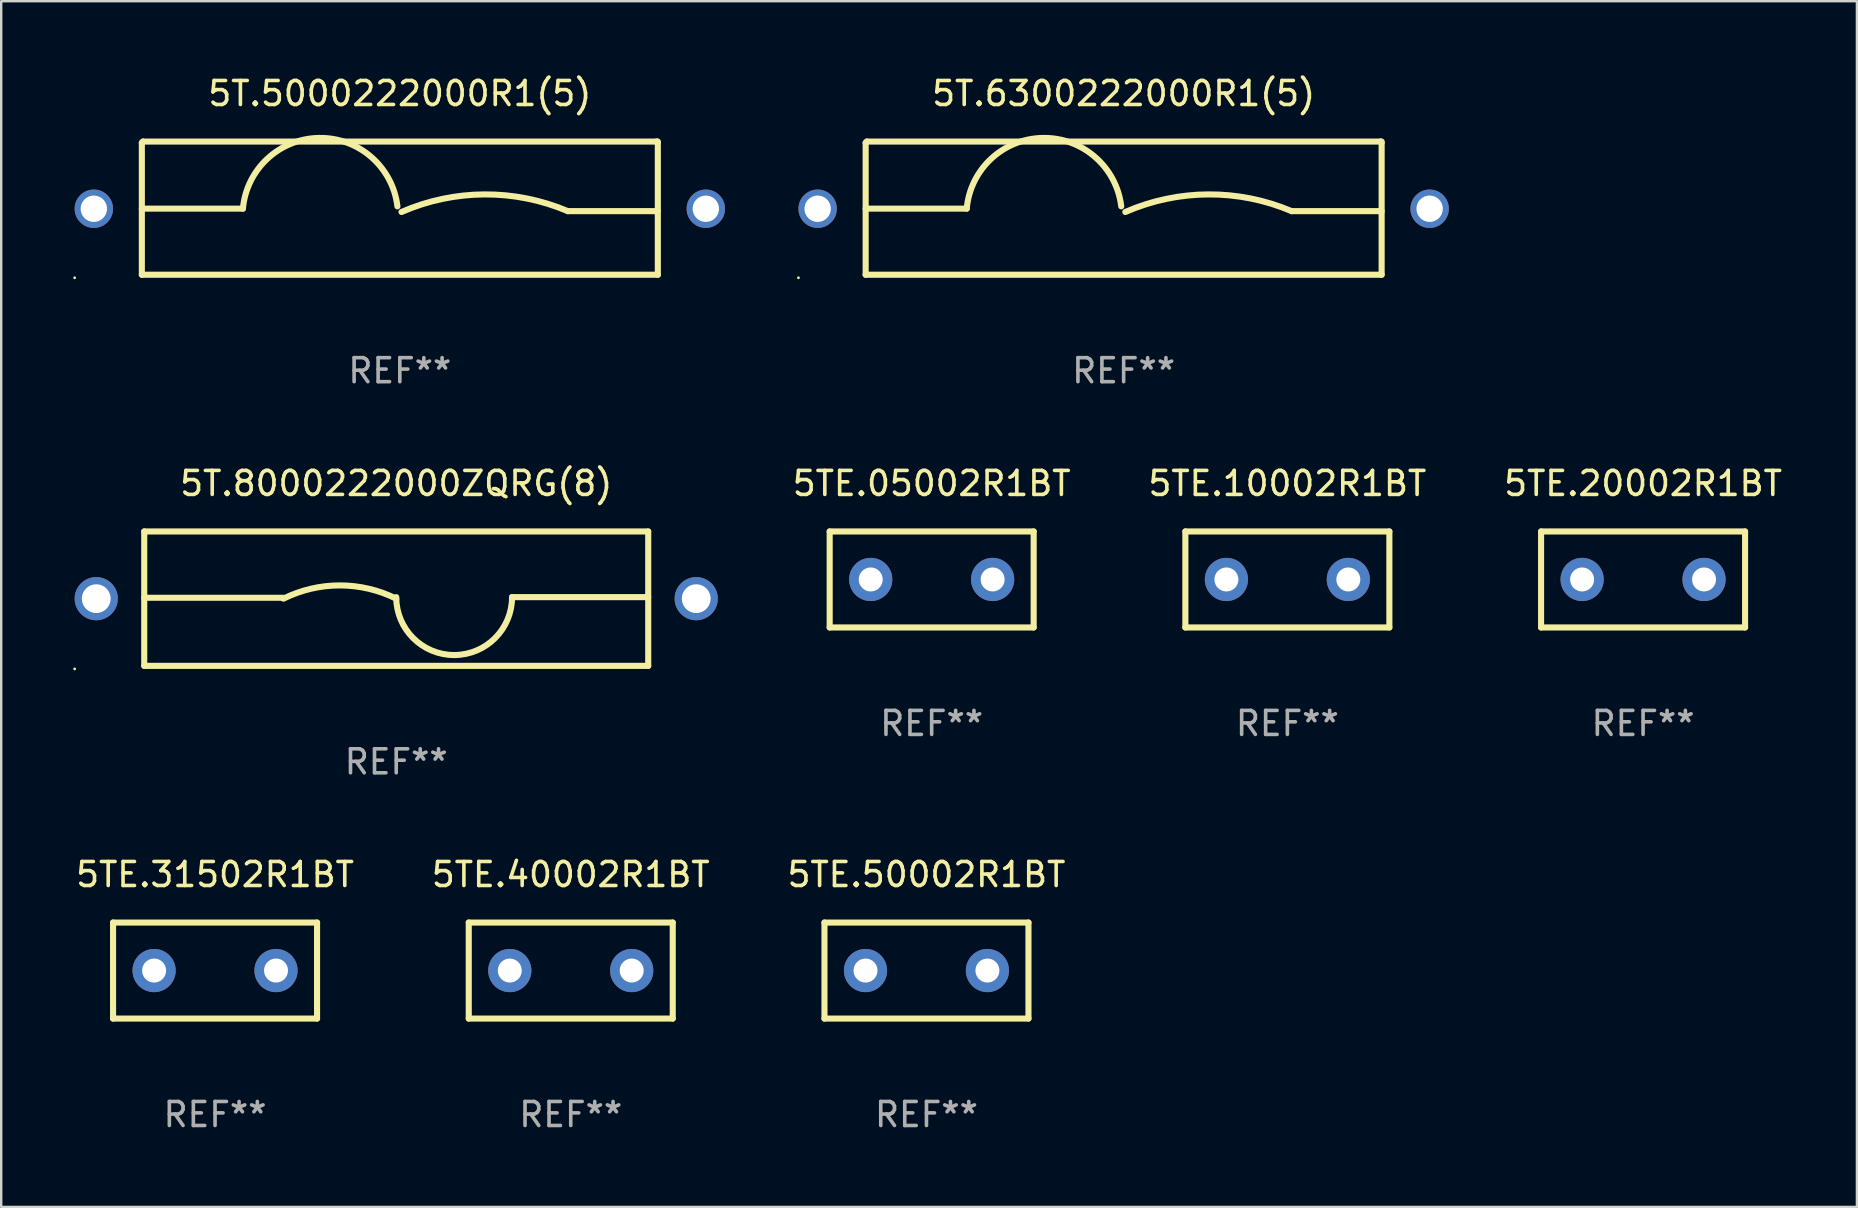
<source format=kicad_pcb>
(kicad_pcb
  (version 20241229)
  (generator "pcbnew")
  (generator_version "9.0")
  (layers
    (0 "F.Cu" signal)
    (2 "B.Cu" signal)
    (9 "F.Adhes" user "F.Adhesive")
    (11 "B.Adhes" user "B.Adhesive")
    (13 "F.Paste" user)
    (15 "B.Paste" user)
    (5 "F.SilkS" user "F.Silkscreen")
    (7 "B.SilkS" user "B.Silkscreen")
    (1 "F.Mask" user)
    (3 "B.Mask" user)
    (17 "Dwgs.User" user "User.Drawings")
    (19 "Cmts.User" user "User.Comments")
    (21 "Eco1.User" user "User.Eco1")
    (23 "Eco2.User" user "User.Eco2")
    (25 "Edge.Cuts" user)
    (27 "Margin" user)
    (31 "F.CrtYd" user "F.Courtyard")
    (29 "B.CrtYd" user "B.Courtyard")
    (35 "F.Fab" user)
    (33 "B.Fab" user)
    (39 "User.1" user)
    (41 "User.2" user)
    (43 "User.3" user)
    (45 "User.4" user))
  (footprint "5TE.20002R1BT"
    (layer "F.Cu")
    (at 65.414 21.095)
    (property "Reference" "5TE.20002R1BT" (at 0 -4 0) (layer "F.SilkS") (effects (font (size 1 1) (thickness 0.15))))
    (attr through_hole)
    (fp_line (start -4.25 2) (end -4.25 -2) (stroke (width 0.254) (type solid)) (layer "F.SilkS"))
    (fp_line (start -4.25 -2) (end 4.25 -2) (stroke (width 0.254) (type solid)) (layer "F.SilkS"))
    (fp_line (start 4.25 2) (end -4.25 2) (stroke (width 0.254) (type solid)) (layer "F.SilkS"))
    (fp_line (start 4.25 -2) (end 4.25 2) (stroke (width 0.254) (type solid)) (layer "F.SilkS"))
    (fp_circle (center -4.25 2) (end -4.22 2) (stroke (width 0.06) (type solid)) (fill no) (layer "F.SilkS"))
    (fp_text user "REF**" (at 0 6 0) (layer "F.Fab") (effects (font (size 1 1) (thickness 0.15))))
    (pad "1" thru_hole circle (at -2.54 0) (size 1.8 1.8) (drill 1) (layers "*.Cu" "*.Mask"))
    (pad "2" thru_hole circle (at 2.54 0) (size 1.8 1.8) (drill 1) (layers "*.Cu" "*.Mask")))
  (footprint "5T.5000222000R1(5)"
    (layer "F.Cu")
    (at 13.61 5.623)
    (property "Reference" "5T.5000222000R1(5)" (at 0 -4.775 0) (layer "F.SilkS") (effects (font (size 1 1) (thickness 0.15))))
    (attr through_hole)
    (fp_line (start -10.75 -2.725) (end -10.7 -2.775) (stroke (width 0.254) (type solid)) (layer "F.SilkS"))
    (fp_line (start -10.75 2.775) (end -10.75 -2.725) (stroke (width 0.254) (type solid)) (layer "F.SilkS"))
    (fp_line (start -10.75 2.775) (end 10.75 2.775) (stroke (width 0.254) (type solid)) (layer "F.SilkS"))
    (fp_line (start -10.7 -2.775) (end 10.7 -2.775) (stroke (width 0.254) (type solid)) (layer "F.SilkS"))
    (fp_line (start -6.538 0.021) (end -10.75 0.021) (stroke (width 0.254) (type solid)) (layer "F.SilkS"))
    (fp_line (start 7 0.125) (end 10.75 0.125) (stroke (width 0.254) (type solid)) (layer "F.SilkS"))
    (fp_line (start 10.7 -2.775) (end 10.75 -2.725) (stroke (width 0.254) (type solid)) (layer "F.SilkS"))
    (fp_line (start 10.75 2.775) (end 10.75 -2.775) (stroke (width 0.254) (type solid)) (layer "F.SilkS"))
    (fp_arc (start -6.538277 0.020573) (mid -3.362163 -2.925392) (end -0.1 -0.075006) (stroke (width 0.254001) (type solid)) (layer "F.SilkS"))
    (fp_arc (start 0.069571 0.160528) (mid 3.531132 -0.572293) (end 7.000025 0.124994) (stroke (width 0.254001) (type solid)) (layer "F.SilkS"))
    (fp_circle (center -13.55 2.902) (end -13.52 2.902) (stroke (width 0.06) (type solid)) (fill no) (layer "F.SilkS"))
    (fp_text user "REF**" (at 0 6.775 0) (layer "F.Fab") (effects (font (size 1 1) (thickness 0.15))))
    (pad "1" thru_hole circle (at -12.75 0.025) (size 1.6 1.6) (drill 1.1) (layers "*.Cu" "*.Mask"))
    (pad "2" thru_hole circle (at 12.75 0.025) (size 1.6 1.6) (drill 1.1) (layers "*.Cu" "*.Mask")))
  (footprint "5TE.50002R1BT"
    (layer "F.Cu")
    (at 35.554 37.391)
    (property "Reference" "5TE.50002R1BT" (at 0 -4 0) (layer "F.SilkS") (effects (font (size 1 1) (thickness 0.15))))
    (attr through_hole)
    (fp_line (start -4.25 2) (end -4.25 -2) (stroke (width 0.254) (type solid)) (layer "F.SilkS"))
    (fp_line (start -4.25 -2) (end 4.25 -2) (stroke (width 0.254) (type solid)) (layer "F.SilkS"))
    (fp_line (start 4.25 2) (end -4.25 2) (stroke (width 0.254) (type solid)) (layer "F.SilkS"))
    (fp_line (start 4.25 -2) (end 4.25 2) (stroke (width 0.254) (type solid)) (layer "F.SilkS"))
    (fp_circle (center -4.25 2) (end -4.22 2) (stroke (width 0.06) (type solid)) (fill no) (layer "F.SilkS"))
    (fp_text user "REF**" (at 0 6 0) (layer "F.Fab") (effects (font (size 1 1) (thickness 0.15))))
    (pad "1" thru_hole circle (at -2.54 0) (size 1.8 1.8) (drill 1) (layers "*.Cu" "*.Mask"))
    (pad "2" thru_hole circle (at 2.54 0) (size 1.8 1.8) (drill 1) (layers "*.Cu" "*.Mask")))
  (footprint "5TE.05002R1BT"
    (layer "F.Cu")
    (at 35.771 21.095)
    (property "Reference" "5TE.05002R1BT" (at 0 -4 0) (layer "F.SilkS") (effects (font (size 1 1) (thickness 0.15))))
    (attr through_hole)
    (fp_line (start -4.25 2) (end -4.25 -2) (stroke (width 0.254) (type solid)) (layer "F.SilkS"))
    (fp_line (start -4.25 -2) (end 4.25 -2) (stroke (width 0.254) (type solid)) (layer "F.SilkS"))
    (fp_line (start 4.25 2) (end -4.25 2) (stroke (width 0.254) (type solid)) (layer "F.SilkS"))
    (fp_line (start 4.25 -2) (end 4.25 2) (stroke (width 0.254) (type solid)) (layer "F.SilkS"))
    (fp_circle (center -4.25 2) (end -4.22 2) (stroke (width 0.06) (type solid)) (fill no) (layer "F.SilkS"))
    (fp_text user "REF**" (at 0 6 0) (layer "F.Fab") (effects (font (size 1 1) (thickness 0.15))))
    (pad "1" thru_hole circle (at -2.54 0) (size 1.8 1.8) (drill 1) (layers "*.Cu" "*.Mask"))
    (pad "2" thru_hole circle (at 2.54 0) (size 1.8 1.8) (drill 1) (layers "*.Cu" "*.Mask")))
  (footprint "5T.6300222000R1(5)"
    (layer "F.Cu")
    (at 43.77 5.623)
    (property "Reference" "5T.6300222000R1(5)" (at 0 -4.775 0) (layer "F.SilkS") (effects (font (size 1 1) (thickness 0.15))))
    (attr through_hole)
    (fp_line (start -10.75 -2.725) (end -10.7 -2.775) (stroke (width 0.254) (type solid)) (layer "F.SilkS"))
    (fp_line (start -10.75 2.775) (end -10.75 -2.725) (stroke (width 0.254) (type solid)) (layer "F.SilkS"))
    (fp_line (start -10.75 2.775) (end 10.75 2.775) (stroke (width 0.254) (type solid)) (layer "F.SilkS"))
    (fp_line (start -10.7 -2.775) (end 10.7 -2.775) (stroke (width 0.254) (type solid)) (layer "F.SilkS"))
    (fp_line (start -6.538 0.021) (end -10.75 0.021) (stroke (width 0.254) (type solid)) (layer "F.SilkS"))
    (fp_line (start 7 0.125) (end 10.75 0.125) (stroke (width 0.254) (type solid)) (layer "F.SilkS"))
    (fp_line (start 10.7 -2.775) (end 10.75 -2.725) (stroke (width 0.254) (type solid)) (layer "F.SilkS"))
    (fp_line (start 10.75 2.775) (end 10.75 -2.775) (stroke (width 0.254) (type solid)) (layer "F.SilkS"))
    (fp_arc (start -6.538277 0.020573) (mid -3.362163 -2.925392) (end -0.1 -0.075006) (stroke (width 0.254001) (type solid)) (layer "F.SilkS"))
    (fp_arc (start 0.069571 0.160528) (mid 3.531132 -0.572293) (end 7.000025 0.124994) (stroke (width 0.254001) (type solid)) (layer "F.SilkS"))
    (fp_circle (center -13.55 2.902) (end -13.52 2.902) (stroke (width 0.06) (type solid)) (fill no) (layer "F.SilkS"))
    (fp_text user "REF**" (at 0 6.775 0) (layer "F.Fab") (effects (font (size 1 1) (thickness 0.15))))
    (pad "1" thru_hole circle (at -12.75 0.025) (size 1.6 1.6) (drill 1.1) (layers "*.Cu" "*.Mask"))
    (pad "2" thru_hole circle (at 12.75 0.025) (size 1.6 1.6) (drill 1.1) (layers "*.Cu" "*.Mask")))
  (footprint "5TE.10002R1BT"
    (layer "F.Cu")
    (at 50.592 21.095)
    (property "Reference" "5TE.10002R1BT" (at 0 -4 0) (layer "F.SilkS") (effects (font (size 1 1) (thickness 0.15))))
    (attr through_hole)
    (fp_line (start -4.25 2) (end -4.25 -2) (stroke (width 0.254) (type solid)) (layer "F.SilkS"))
    (fp_line (start -4.25 -2) (end 4.25 -2) (stroke (width 0.254) (type solid)) (layer "F.SilkS"))
    (fp_line (start 4.25 2) (end -4.25 2) (stroke (width 0.254) (type solid)) (layer "F.SilkS"))
    (fp_line (start 4.25 -2) (end 4.25 2) (stroke (width 0.254) (type solid)) (layer "F.SilkS"))
    (fp_circle (center -4.25 2) (end -4.22 2) (stroke (width 0.06) (type solid)) (fill no) (layer "F.SilkS"))
    (fp_text user "REF**" (at 0 6 0) (layer "F.Fab") (effects (font (size 1 1) (thickness 0.15))))
    (pad "1" thru_hole circle (at -2.54 0) (size 1.8 1.8) (drill 1) (layers "*.Cu" "*.Mask"))
    (pad "2" thru_hole circle (at 2.54 0) (size 1.8 1.8) (drill 1) (layers "*.Cu" "*.Mask")))
  (footprint "5T.8000222000ZQRG(8)"
    (layer "F.Cu")
    (at 13.46 21.895)
    (property "Reference" "5T.8000222000ZQRG(8)" (at 0 -4.8 0) (layer "F.SilkS") (effects (font (size 1 1) (thickness 0.15))))
    (attr through_hole)
    (fp_line (start -10.5 -2.8) (end 10.5 -2.8) (stroke (width 0.254) (type solid)) (layer "F.SilkS"))
    (fp_line (start -10.5 -0.037) (end -4.699 -0.037) (stroke (width 0.254) (type solid)) (layer "F.SilkS"))
    (fp_line (start -10.5 2.8) (end -10.5 -2.8) (stroke (width 0.254) (type solid)) (layer "F.SilkS"))
    (fp_line (start -10.5 2.8) (end 10.5 2.8) (stroke (width 0.254) (type solid)) (layer "F.SilkS"))
    (fp_line (start 4.826 -0.064) (end 10.5 -0.064) (stroke (width 0.254) (type solid)) (layer "F.SilkS"))
    (fp_line (start 10.5 2.8) (end 10.5 -2.8) (stroke (width 0.254) (type solid)) (layer "F.SilkS"))
    (fp_arc (start -4.699009 0) (mid -2.349505 -0.552287) (end 0 0) (stroke (width 0.254001) (type solid)) (layer "F.SilkS"))
    (fp_arc (start 4.82601 -0.063551) (mid 2.413005 2.349454) (end 0 -0.063551) (stroke (width 0.254001) (type solid)) (layer "F.SilkS"))
    (fp_circle (center -13.4 2.927) (end -13.37 2.927) (stroke (width 0.06) (type solid)) (fill no) (layer "F.SilkS"))
    (fp_text user "REF**" (at 0 6.8 0) (layer "F.Fab") (effects (font (size 1 1) (thickness 0.15))))
    (pad "1" thru_hole circle (at -12.5 0) (size 1.8 1.8) (drill 1.2) (layers "*.Cu" "*.Mask"))
    (pad "2" thru_hole circle (at 12.5 0) (size 1.8 1.8) (drill 1.2) (layers "*.Cu" "*.Mask")))
  (footprint "5TE.31502R1BT"
    (layer "F.Cu")
    (at 5.911 37.391)
    (property "Reference" "5TE.31502R1BT" (at 0 -4 0) (layer "F.SilkS") (effects (font (size 1 1) (thickness 0.15))))
    (attr through_hole)
    (fp_line (start -4.25 2) (end -4.25 -2) (stroke (width 0.254) (type solid)) (layer "F.SilkS"))
    (fp_line (start -4.25 -2) (end 4.25 -2) (stroke (width 0.254) (type solid)) (layer "F.SilkS"))
    (fp_line (start 4.25 2) (end -4.25 2) (stroke (width 0.254) (type solid)) (layer "F.SilkS"))
    (fp_line (start 4.25 -2) (end 4.25 2) (stroke (width 0.254) (type solid)) (layer "F.SilkS"))
    (fp_circle (center -4.25 2) (end -4.22 2) (stroke (width 0.06) (type solid)) (fill no) (layer "F.SilkS"))
    (fp_text user "REF**" (at 0 6 0) (layer "F.Fab") (effects (font (size 1 1) (thickness 0.15))))
    (pad "1" thru_hole circle (at -2.54 0) (size 1.8 1.8) (drill 1) (layers "*.Cu" "*.Mask"))
    (pad "2" thru_hole circle (at 2.54 0) (size 1.8 1.8) (drill 1) (layers "*.Cu" "*.Mask")))
  (footprint "5TE.40002R1BT"
    (layer "F.Cu")
    (at 20.732 37.391)
    (property "Reference" "5TE.40002R1BT" (at 0 -4 0) (layer "F.SilkS") (effects (font (size 1 1) (thickness 0.15))))
    (attr through_hole)
    (fp_line (start -4.25 2) (end -4.25 -2) (stroke (width 0.254) (type solid)) (layer "F.SilkS"))
    (fp_line (start -4.25 -2) (end 4.25 -2) (stroke (width 0.254) (type solid)) (layer "F.SilkS"))
    (fp_line (start 4.25 2) (end -4.25 2) (stroke (width 0.254) (type solid)) (layer "F.SilkS"))
    (fp_line (start 4.25 -2) (end 4.25 2) (stroke (width 0.254) (type solid)) (layer "F.SilkS"))
    (fp_circle (center -4.25 2) (end -4.22 2) (stroke (width 0.06) (type solid)) (fill no) (layer "F.SilkS"))
    (fp_text user "REF**" (at 0 6 0) (layer "F.Fab") (effects (font (size 1 1) (thickness 0.15))))
    (pad "1" thru_hole circle (at -2.54 0) (size 1.8 1.8) (drill 1) (layers "*.Cu" "*.Mask"))
    (pad "2" thru_hole circle (at 2.54 0) (size 1.8 1.8) (drill 1) (layers "*.Cu" "*.Mask")))
  (gr_rect
    (start -3 -3)
    (end 74.324 47.24)
    (stroke (width 0.1) (type default))
    (fill no)
    (layer "Edge.Cuts")))
</source>
